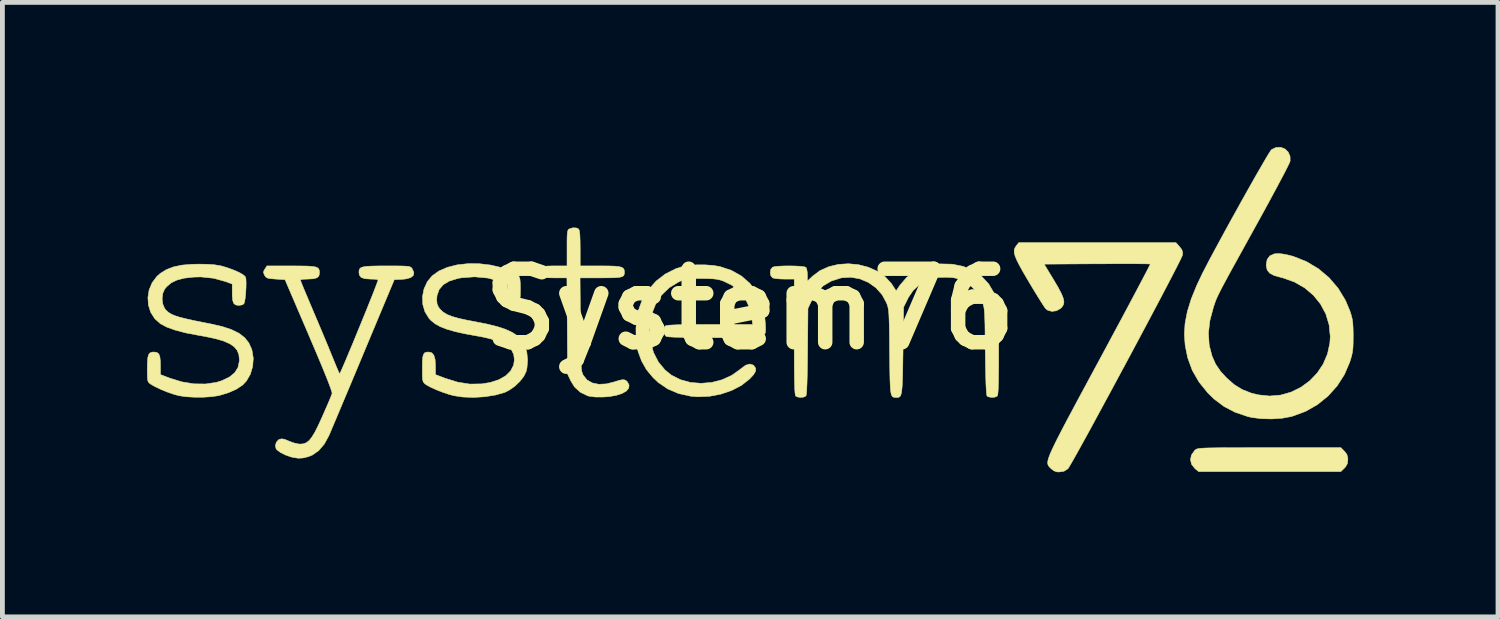
<source format=kicad_pcb>
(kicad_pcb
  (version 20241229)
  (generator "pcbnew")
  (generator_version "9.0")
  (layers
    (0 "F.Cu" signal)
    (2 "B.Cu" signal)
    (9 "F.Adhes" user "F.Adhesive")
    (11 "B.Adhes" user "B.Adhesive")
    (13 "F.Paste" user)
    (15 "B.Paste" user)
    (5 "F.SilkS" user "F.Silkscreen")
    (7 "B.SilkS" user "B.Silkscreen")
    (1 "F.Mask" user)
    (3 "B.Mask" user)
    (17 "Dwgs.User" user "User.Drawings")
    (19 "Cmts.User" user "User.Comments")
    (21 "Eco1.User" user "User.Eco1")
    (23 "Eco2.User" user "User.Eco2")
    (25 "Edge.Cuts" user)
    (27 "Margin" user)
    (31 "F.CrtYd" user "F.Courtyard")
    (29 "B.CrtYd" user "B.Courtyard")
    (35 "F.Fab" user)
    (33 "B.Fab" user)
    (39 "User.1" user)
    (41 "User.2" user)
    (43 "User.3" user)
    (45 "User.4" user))
  (footprint "System76"
    (layer "F.Cu")
    (at 12.507 3.359)
    (property "Reference" "System76" (at 0 0 0) (layer "F.SilkS") (effects (font (size 1.524 1.524) (thickness 0.3))))
    (attr through_hole)
    (fp_poly (pts (xy 12.33 2.95) (xy 12.382 3.017) (xy 12.401 3.092) (xy 12.402 3.125) (xy 12.392 3.21) (xy 12.353 3.277) (xy 12.33 3.301) (xy 12.257 3.373) (xy 9.306 3.373) (xy 9.231 3.311) (xy 9.161 3.224) (xy 9.137 3.127) (xy 9.158 3.028) (xy 9.225 2.934) (xy 9.231 2.929) (xy 9.243 2.919) (xy 9.258 2.909) (xy 9.279 2.902) (xy 9.31 2.895) (xy 9.355 2.89) (xy 9.417 2.886) (xy 9.502 2.883) (xy 9.611 2.881) (xy 9.75 2.879) (xy 9.922 2.878) (xy 10.131 2.878) (xy 10.381 2.877) (xy 10.675 2.877) (xy 10.772 2.877) (xy 12.257 2.877) (xy 12.33 2.95)) (stroke (width 0.01) (type solid)) (fill yes) (layer "F.SilkS"))
    (fp_poly (pts (xy -3.598 -1.68) (xy -3.552 -1.657) (xy -3.539 -1.621) (xy -3.529 -1.543) (xy -3.524 -1.42) (xy -3.522 -1.26) (xy -3.522 -0.893) (xy -3.102 -0.893) (xy -2.933 -0.892) (xy -2.806 -0.888) (xy -2.717 -0.879) (xy -2.658 -0.863) (xy -2.624 -0.839) (xy -2.608 -0.806) (xy -2.604 -0.76) (xy -2.604 -0.76) (xy -2.608 -0.72) (xy -2.621 -0.691) (xy -2.652 -0.671) (xy -2.706 -0.657) (xy -2.79 -0.649) (xy -2.91 -0.646) (xy -3.073 -0.645) (xy -3.094 -0.645) (xy -3.525 -0.645) (xy -3.517 0.316) (xy -3.515 0.561) (xy -3.513 0.761) (xy -3.511 0.922) (xy -3.508 1.048) (xy -3.504 1.145) (xy -3.499 1.218) (xy -3.493 1.272) (xy -3.484 1.311) (xy -3.474 1.342) (xy -3.462 1.369) (xy -3.459 1.374) (xy -3.382 1.471) (xy -3.272 1.534) (xy -3.136 1.562) (xy -2.978 1.554) (xy -2.815 1.513) (xy -2.711 1.48) (xy -2.641 1.467) (xy -2.594 1.473) (xy -2.556 1.498) (xy -2.546 1.509) (xy -2.508 1.577) (xy -2.515 1.642) (xy -2.563 1.701) (xy -2.651 1.752) (xy -2.772 1.791) (xy -2.924 1.818) (xy -3.039 1.826) (xy -3.21 1.826) (xy -3.338 1.809) (xy -3.368 1.801) (xy -3.52 1.727) (xy -3.64 1.617) (xy -3.717 1.491) (xy -3.783 1.352) (xy -3.79 0.353) (xy -3.797 -0.645) (xy -4.052 -0.645) (xy -4.182 -0.647) (xy -4.272 -0.656) (xy -4.326 -0.673) (xy -4.355 -0.704) (xy -4.365 -0.749) (xy -4.366 -0.769) (xy -4.36 -0.821) (xy -4.339 -0.856) (xy -4.294 -0.877) (xy -4.217 -0.889) (xy -4.102 -0.893) (xy -4.051 -0.893) (xy -3.795 -0.893) (xy -3.795 -1.264) (xy -3.795 -1.408) (xy -3.793 -1.51) (xy -3.788 -1.579) (xy -3.78 -1.621) (xy -3.768 -1.645) (xy -3.75 -1.66) (xy -3.747 -1.661) (xy -3.672 -1.684) (xy -3.598 -1.68)) (stroke (width 0.01) (type solid)) (fill yes) (layer "F.SilkS"))
    (fp_poly (pts (xy 8.91 -1.293) (xy 8.958 -1.23) (xy 8.975 -1.174) (xy 8.972 -1.119) (xy 8.959 -1.086) (xy 8.924 -1.013) (xy 8.869 -0.903) (xy 8.797 -0.762) (xy 8.708 -0.591) (xy 8.605 -0.394) (xy 8.491 -0.177) (xy 8.366 0.059) (xy 8.233 0.31) (xy 8.094 0.571) (xy 7.951 0.839) (xy 7.805 1.111) (xy 7.659 1.382) (xy 7.515 1.65) (xy 7.374 1.91) (xy 7.239 2.159) (xy 7.112 2.394) (xy 6.994 2.61) (xy 6.887 2.804) (xy 6.794 2.972) (xy 6.716 3.111) (xy 6.655 3.217) (xy 6.614 3.287) (xy 6.594 3.315) (xy 6.514 3.366) (xy 6.407 3.382) (xy 6.358 3.378) (xy 6.304 3.356) (xy 6.245 3.312) (xy 6.24 3.307) (xy 6.218 3.284) (xy 6.199 3.263) (xy 6.185 3.241) (xy 6.177 3.214) (xy 6.175 3.18) (xy 6.182 3.136) (xy 6.199 3.079) (xy 6.226 3.008) (xy 6.266 2.918) (xy 6.318 2.808) (xy 6.385 2.674) (xy 6.467 2.514) (xy 6.566 2.325) (xy 6.684 2.105) (xy 6.82 1.85) (xy 6.977 1.559) (xy 7.156 1.227) (xy 7.246 1.061) (xy 7.402 0.771) (xy 7.551 0.493) (xy 7.692 0.231) (xy 7.822 -0.012) (xy 7.94 -0.234) (xy 8.044 -0.43) (xy 8.133 -0.599) (xy 8.205 -0.736) (xy 8.259 -0.84) (xy 8.292 -0.906) (xy 8.304 -0.932) (xy 8.304 -0.932) (xy 8.277 -0.934) (xy 8.206 -0.936) (xy 8.096 -0.937) (xy 7.951 -0.938) (xy 7.777 -0.938) (xy 7.579 -0.938) (xy 7.361 -0.937) (xy 7.197 -0.937) (xy 6.102 -0.93) (xy 6.305 -0.595) (xy 6.397 -0.439) (xy 6.461 -0.316) (xy 6.499 -0.221) (xy 6.513 -0.147) (xy 6.502 -0.088) (xy 6.47 -0.038) (xy 6.441 -0.01) (xy 6.355 0.038) (xy 6.261 0.05) (xy 6.175 0.026) (xy 6.134 -0.006) (xy 6.107 -0.043) (xy 6.059 -0.116) (xy 5.995 -0.218) (xy 5.918 -0.342) (xy 5.833 -0.483) (xy 5.782 -0.569) (xy 5.676 -0.749) (xy 5.595 -0.894) (xy 5.537 -1.008) (xy 5.5 -1.097) (xy 5.482 -1.166) (xy 5.481 -1.221) (xy 5.496 -1.267) (xy 5.524 -1.311) (xy 5.529 -1.318) (xy 5.577 -1.377) (xy 8.835 -1.377) (xy 8.91 -1.293)) (stroke (width 0.01) (type solid)) (fill yes) (layer "F.SilkS"))
    (fp_poly (pts (xy -0.767 -0.903) (xy -0.626 -0.88) (xy -0.626 -0.88) (xy -0.387 -0.801) (xy -0.178 -0.684) (xy -0.003 -0.532) (xy 0.137 -0.348) (xy 0.24 -0.136) (xy 0.302 0.103) (xy 0.322 0.35) (xy 0.323 0.409) (xy 0.322 0.459) (xy 0.316 0.499) (xy 0.299 0.53) (xy 0.268 0.553) (xy 0.217 0.571) (xy 0.144 0.582) (xy 0.042 0.59) (xy -0.091 0.594) (xy -0.261 0.595) (xy -0.472 0.595) (xy -0.728 0.595) (xy -0.729 0.595) (xy -1.001 0.595) (xy -1.233 0.593) (xy -1.424 0.589) (xy -1.572 0.585) (xy -1.675 0.579) (xy -1.73 0.572) (xy -1.738 0.57) (xy -1.772 0.527) (xy -1.786 0.46) (xy -1.779 0.392) (xy -1.756 0.352) (xy -1.734 0.344) (xy -1.682 0.337) (xy -1.598 0.332) (xy -1.479 0.327) (xy -1.321 0.325) (xy -1.12 0.323) (xy -0.873 0.322) (xy -0.835 0.322) (xy 0.056 0.322) (xy 0.039 0.196) (xy -0.01 -0.026) (xy -0.096 -0.214) (xy -0.218 -0.369) (xy -0.378 -0.494) (xy -0.545 -0.576) (xy -0.612 -0.599) (xy -0.68 -0.615) (xy -0.762 -0.625) (xy -0.87 -0.63) (xy -1.005 -0.631) (xy -1.139 -0.631) (xy -1.235 -0.629) (xy -1.307 -0.621) (xy -1.365 -0.608) (xy -1.424 -0.586) (xy -1.488 -0.556) (xy -1.676 -0.441) (xy -1.832 -0.29) (xy -1.953 -0.109) (xy -2.036 0.099) (xy -2.078 0.327) (xy -2.083 0.445) (xy -2.062 0.686) (xy -2 0.905) (xy -1.9 1.1) (xy -1.764 1.264) (xy -1.631 1.372) (xy -1.443 1.467) (xy -1.236 1.524) (xy -1.016 1.542) (xy -0.794 1.524) (xy -0.578 1.468) (xy -0.378 1.377) (xy -0.201 1.251) (xy -0.187 1.239) (xy -0.09 1.167) (xy -0.005 1.142) (xy 0.067 1.164) (xy 0.085 1.18) (xy 0.119 1.233) (xy 0.116 1.292) (xy 0.073 1.364) (xy -0.009 1.453) (xy -0.177 1.585) (xy -0.38 1.69) (xy -0.606 1.767) (xy -0.844 1.812) (xy -1.086 1.822) (xy -1.228 1.81) (xy -1.482 1.754) (xy -1.707 1.658) (xy -1.907 1.521) (xy -2.014 1.419) (xy -2.148 1.257) (xy -2.248 1.08) (xy -2.322 0.88) (xy -2.349 0.746) (xy -2.363 0.582) (xy -2.365 0.405) (xy -2.354 0.233) (xy -2.33 0.082) (xy -2.323 0.052) (xy -2.237 -0.183) (xy -2.11 -0.394) (xy -1.949 -0.577) (xy -1.757 -0.725) (xy -1.539 -0.835) (xy -1.4 -0.88) (xy -1.268 -0.903) (xy -1.107 -0.915) (xy -0.933 -0.915) (xy -0.767 -0.903)) (stroke (width 0.01) (type solid)) (fill yes) (layer "F.SilkS"))
    (fp_poly (pts (xy -5.617 -0.939) (xy -5.379 -0.911) (xy -5.147 -0.856) (xy -5 -0.804) (xy -4.9 -0.761) (xy -4.833 -0.723) (xy -4.792 -0.678) (xy -4.771 -0.616) (xy -4.764 -0.524) (xy -4.763 -0.407) (xy -4.765 -0.271) (xy -4.776 -0.177) (xy -4.798 -0.118) (xy -4.835 -0.086) (xy -4.889 -0.075) (xy -4.908 -0.074) (xy -4.967 -0.082) (xy -5.005 -0.109) (xy -5.026 -0.165) (xy -5.034 -0.258) (xy -5.035 -0.326) (xy -5.035 -0.517) (xy -5.167 -0.567) (xy -5.435 -0.641) (xy -5.712 -0.667) (xy -5.991 -0.646) (xy -6.063 -0.632) (xy -6.234 -0.58) (xy -6.362 -0.504) (xy -6.448 -0.403) (xy -6.492 -0.277) (xy -6.499 -0.189) (xy -6.49 -0.102) (xy -6.457 -0.033) (xy -6.423 0.01) (xy -6.364 0.065) (xy -6.286 0.113) (xy -6.184 0.154) (xy -6.05 0.193) (xy -5.878 0.231) (xy -5.724 0.26) (xy -5.464 0.311) (xy -5.248 0.364) (xy -5.073 0.421) (xy -4.933 0.485) (xy -4.824 0.558) (xy -4.742 0.641) (xy -4.681 0.737) (xy -4.674 0.752) (xy -4.629 0.895) (xy -4.613 1.06) (xy -4.626 1.225) (xy -4.644 1.299) (xy -4.692 1.399) (xy -4.776 1.505) (xy -4.881 1.605) (xy -4.998 1.686) (xy -5.09 1.732) (xy -5.283 1.786) (xy -5.504 1.821) (xy -5.736 1.835) (xy -5.962 1.826) (xy -6.141 1.799) (xy -6.253 1.769) (xy -6.38 1.726) (xy -6.507 1.676) (xy -6.622 1.624) (xy -6.708 1.577) (xy -6.734 1.559) (xy -6.761 1.535) (xy -6.779 1.508) (xy -6.79 1.468) (xy -6.795 1.404) (xy -6.796 1.306) (xy -6.796 1.231) (xy -6.795 1.095) (xy -6.788 1.001) (xy -6.772 0.941) (xy -6.746 0.908) (xy -6.705 0.895) (xy -6.669 0.893) (xy -6.602 0.908) (xy -6.558 0.958) (xy -6.532 1.045) (xy -6.524 1.175) (xy -6.524 1.182) (xy -6.524 1.361) (xy -6.331 1.435) (xy -6.065 1.518) (xy -5.812 1.558) (xy -5.566 1.554) (xy -5.384 1.524) (xy -5.208 1.467) (xy -5.067 1.386) (xy -4.964 1.284) (xy -4.903 1.165) (xy -4.887 1.054) (xy -4.901 0.942) (xy -4.948 0.847) (xy -5.03 0.765) (xy -5.151 0.696) (xy -5.312 0.638) (xy -5.518 0.587) (xy -5.668 0.559) (xy -5.917 0.514) (xy -6.122 0.468) (xy -6.288 0.42) (xy -6.422 0.368) (xy -6.529 0.309) (xy -6.614 0.241) (xy -6.656 0.197) (xy -6.741 0.061) (xy -6.787 -0.094) (xy -6.793 -0.257) (xy -6.761 -0.418) (xy -6.692 -0.567) (xy -6.594 -0.686) (xy -6.453 -0.787) (xy -6.277 -0.864) (xy -6.074 -0.915) (xy -5.851 -0.94) (xy -5.617 -0.939)) (stroke (width 0.01) (type solid)) (fill yes) (layer "F.SilkS"))
    (fp_poly (pts (xy -11.254 -0.927) (xy -11.112 -0.917) (xy -10.997 -0.899) (xy -10.941 -0.886) (xy -10.808 -0.844) (xy -10.684 -0.797) (xy -10.578 -0.748) (xy -10.502 -0.701) (xy -10.465 -0.665) (xy -10.455 -0.619) (xy -10.452 -0.539) (xy -10.454 -0.438) (xy -10.46 -0.33) (xy -10.47 -0.23) (xy -10.483 -0.151) (xy -10.498 -0.107) (xy -10.499 -0.105) (xy -10.539 -0.084) (xy -10.602 -0.074) (xy -10.606 -0.074) (xy -10.667 -0.083) (xy -10.707 -0.114) (xy -10.73 -0.176) (xy -10.739 -0.275) (xy -10.74 -0.344) (xy -10.74 -0.517) (xy -10.875 -0.568) (xy -11.125 -0.637) (xy -11.389 -0.665) (xy -11.545 -0.661) (xy -11.736 -0.639) (xy -11.886 -0.6) (xy -12.005 -0.543) (xy -12.099 -0.463) (xy -12.14 -0.414) (xy -12.18 -0.325) (xy -12.194 -0.214) (xy -12.181 -0.104) (xy -12.143 -0.013) (xy -12.14 -0.009) (xy -12.103 0.035) (xy -12.059 0.073) (xy -12.003 0.107) (xy -11.93 0.139) (xy -11.833 0.17) (xy -11.707 0.202) (xy -11.548 0.238) (xy -11.349 0.278) (xy -11.189 0.309) (xy -10.949 0.364) (xy -10.754 0.428) (xy -10.6 0.504) (xy -10.482 0.595) (xy -10.396 0.703) (xy -10.338 0.831) (xy -10.33 0.857) (xy -10.303 1.023) (xy -10.316 1.193) (xy -10.364 1.354) (xy -10.445 1.494) (xy -10.522 1.576) (xy -10.652 1.663) (xy -10.818 1.737) (xy -11.004 1.793) (xy -11.03 1.799) (xy -11.176 1.82) (xy -11.35 1.831) (xy -11.533 1.83) (xy -11.706 1.82) (xy -11.848 1.798) (xy -11.961 1.767) (xy -12.093 1.721) (xy -12.226 1.666) (xy -12.344 1.61) (xy -12.432 1.559) (xy -12.433 1.558) (xy -12.464 1.534) (xy -12.483 1.509) (xy -12.495 1.471) (xy -12.5 1.409) (xy -12.501 1.314) (xy -12.502 1.249) (xy -12.499 1.108) (xy -12.491 1.009) (xy -12.473 0.946) (xy -12.444 0.91) (xy -12.4 0.895) (xy -12.365 0.893) (xy -12.305 0.901) (xy -12.265 0.93) (xy -12.241 0.987) (xy -12.231 1.081) (xy -12.229 1.175) (xy -12.229 1.361) (xy -12.035 1.435) (xy -11.785 1.512) (xy -11.535 1.553) (xy -11.293 1.556) (xy -11.069 1.523) (xy -10.956 1.488) (xy -10.799 1.413) (xy -10.688 1.322) (xy -10.62 1.213) (xy -10.592 1.081) (xy -10.592 1.052) (xy -10.602 0.948) (xy -10.637 0.859) (xy -10.699 0.784) (xy -10.793 0.72) (xy -10.923 0.664) (xy -11.092 0.615) (xy -11.304 0.57) (xy -11.447 0.545) (xy -11.704 0.496) (xy -11.922 0.439) (xy -12.098 0.376) (xy -12.227 0.308) (xy -12.347 0.201) (xy -12.431 0.069) (xy -12.478 -0.08) (xy -12.489 -0.237) (xy -12.464 -0.395) (xy -12.402 -0.543) (xy -12.304 -0.674) (xy -12.233 -0.737) (xy -12.106 -0.816) (xy -11.958 -0.873) (xy -11.782 -0.91) (xy -11.571 -0.927) (xy -11.435 -0.93) (xy -11.254 -0.927)) (stroke (width 0.01) (type solid)) (fill yes) (layer "F.SilkS"))
    (fp_poly (pts (xy 11.097 -3.32) (xy 11.164 -3.256) (xy 11.203 -3.167) (xy 11.205 -3.069) (xy 11.191 -3.033) (xy 11.155 -2.958) (xy 11.099 -2.847) (xy 11.025 -2.706) (xy 10.936 -2.538) (xy 10.833 -2.347) (xy 10.72 -2.138) (xy 10.597 -1.914) (xy 10.492 -1.724) (xy 10.335 -1.439) (xy 10.2 -1.195) (xy 10.085 -0.986) (xy 9.988 -0.811) (xy 9.908 -0.664) (xy 9.843 -0.543) (xy 9.79 -0.444) (xy 9.749 -0.364) (xy 9.716 -0.298) (xy 9.691 -0.244) (xy 9.67 -0.197) (xy 9.654 -0.154) (xy 9.639 -0.112) (xy 9.624 -0.066) (xy 9.615 -0.041) (xy 9.54 0.24) (xy 9.51 0.499) (xy 9.525 0.738) (xy 9.533 0.78) (xy 9.585 0.977) (xy 9.659 1.144) (xy 9.762 1.295) (xy 9.883 1.427) (xy 10.045 1.569) (xy 10.211 1.672) (xy 10.397 1.745) (xy 10.544 1.781) (xy 10.779 1.806) (xy 11.008 1.786) (xy 11.227 1.724) (xy 11.429 1.624) (xy 11.61 1.491) (xy 11.766 1.329) (xy 11.891 1.142) (xy 11.98 0.932) (xy 12.029 0.706) (xy 12.037 0.571) (xy 12.013 0.329) (xy 11.945 0.103) (xy 11.835 -0.102) (xy 11.688 -0.284) (xy 11.506 -0.438) (xy 11.293 -0.56) (xy 11.053 -0.645) (xy 10.998 -0.659) (xy 10.868 -0.696) (xy 10.78 -0.744) (xy 10.729 -0.807) (xy 10.71 -0.892) (xy 10.709 -0.919) (xy 10.728 -1.027) (xy 10.784 -1.102) (xy 10.876 -1.143) (xy 10.964 -1.15) (xy 11.052 -1.14) (xy 11.162 -1.119) (xy 11.267 -1.092) (xy 11.542 -0.983) (xy 11.792 -0.834) (xy 12.013 -0.648) (xy 12.201 -0.428) (xy 12.352 -0.179) (xy 12.443 0.037) (xy 12.472 0.127) (xy 12.492 0.206) (xy 12.504 0.288) (xy 12.51 0.388) (xy 12.513 0.519) (xy 12.513 0.558) (xy 12.512 0.699) (xy 12.508 0.804) (xy 12.498 0.89) (xy 12.481 0.971) (xy 12.454 1.062) (xy 12.442 1.1) (xy 12.331 1.36) (xy 12.179 1.597) (xy 11.991 1.806) (xy 11.772 1.983) (xy 11.525 2.124) (xy 11.257 2.223) (xy 11.221 2.233) (xy 11.035 2.267) (xy 10.825 2.281) (xy 10.612 2.276) (xy 10.416 2.252) (xy 10.331 2.233) (xy 10.066 2.144) (xy 9.835 2.024) (xy 9.627 1.868) (xy 9.496 1.74) (xy 9.313 1.513) (xy 9.175 1.273) (xy 9.079 1.011) (xy 9.027 0.753) (xy 9.011 0.529) (xy 9.025 0.299) (xy 9.072 0.056) (xy 9.152 -0.205) (xy 9.267 -0.488) (xy 9.386 -0.739) (xy 9.453 -0.869) (xy 9.534 -1.025) (xy 9.629 -1.201) (xy 9.733 -1.394) (xy 9.844 -1.598) (xy 9.96 -1.81) (xy 10.079 -2.024) (xy 10.197 -2.237) (xy 10.312 -2.442) (xy 10.421 -2.636) (xy 10.523 -2.815) (xy 10.614 -2.972) (xy 10.691 -3.105) (xy 10.753 -3.208) (xy 10.796 -3.276) (xy 10.819 -3.306) (xy 10.819 -3.306) (xy 10.914 -3.351) (xy 11.01 -3.354) (xy 11.097 -3.32)) (stroke (width 0.01) (type solid)) (fill yes) (layer "F.SilkS"))
    (fp_poly (pts (xy -9.329 -0.892) (xy -9.188 -0.89) (xy -9.084 -0.883) (xy -9.013 -0.872) (xy -8.968 -0.853) (xy -8.943 -0.827) (xy -8.932 -0.791) (xy -8.93 -0.743) (xy -8.93 -0.743) (xy -8.942 -0.685) (xy -8.982 -0.647) (xy -9.057 -0.626) (xy -9.174 -0.62) (xy -9.176 -0.62) (xy -9.255 -0.617) (xy -9.31 -0.61) (xy -9.327 -0.601) (xy -9.317 -0.574) (xy -9.291 -0.507) (xy -9.25 -0.407) (xy -9.196 -0.279) (xy -9.133 -0.129) (xy -9.063 0.036) (xy -9.052 0.063) (xy -8.972 0.25) (xy -8.892 0.44) (xy -8.815 0.623) (xy -8.746 0.789) (xy -8.689 0.929) (xy -8.653 1.017) (xy -8.606 1.132) (xy -8.565 1.231) (xy -8.533 1.304) (xy -8.514 1.342) (xy -8.512 1.344) (xy -8.501 1.325) (xy -8.473 1.265) (xy -8.432 1.171) (xy -8.379 1.048) (xy -8.318 0.901) (xy -8.249 0.738) (xy -8.177 0.562) (xy -8.102 0.38) (xy -8.028 0.198) (xy -7.956 0.022) (xy -7.89 -0.144) (xy -7.83 -0.292) (xy -7.781 -0.418) (xy -7.744 -0.516) (xy -7.721 -0.579) (xy -7.714 -0.603) (xy -7.737 -0.612) (xy -7.796 -0.618) (xy -7.874 -0.62) (xy -7.99 -0.628) (xy -8.064 -0.654) (xy -8.102 -0.701) (xy -8.111 -0.757) (xy -8.108 -0.8) (xy -8.096 -0.833) (xy -8.068 -0.858) (xy -8.018 -0.874) (xy -7.941 -0.885) (xy -7.831 -0.89) (xy -7.681 -0.893) (xy -7.54 -0.893) (xy -7.372 -0.893) (xy -7.247 -0.892) (xy -7.157 -0.889) (xy -7.096 -0.884) (xy -7.057 -0.876) (xy -7.033 -0.865) (xy -7.016 -0.848) (xy -7.009 -0.838) (xy -6.972 -0.759) (xy -6.982 -0.697) (xy -7.037 -0.651) (xy -7.136 -0.623) (xy -7.218 -0.615) (xy -7.378 -0.608) (xy -8.016 0.918) (xy -8.127 1.184) (xy -8.234 1.44) (xy -8.336 1.683) (xy -8.431 1.908) (xy -8.516 2.111) (xy -8.59 2.287) (xy -8.651 2.431) (xy -8.697 2.541) (xy -8.727 2.61) (xy -8.733 2.625) (xy -8.83 2.802) (xy -8.946 2.938) (xy -9.079 3.031) (xy -9.159 3.063) (xy -9.273 3.091) (xy -9.369 3.096) (xy -9.473 3.08) (xy -9.527 3.067) (xy -9.637 3.028) (xy -9.736 2.979) (xy -9.808 2.926) (xy -9.83 2.9) (xy -9.845 2.835) (xy -9.825 2.765) (xy -9.778 2.713) (xy -9.758 2.703) (xy -9.709 2.694) (xy -9.649 2.705) (xy -9.564 2.741) (xy -9.465 2.778) (xy -9.367 2.8) (xy -9.33 2.803) (xy -9.262 2.797) (xy -9.202 2.774) (xy -9.145 2.73) (xy -9.089 2.66) (xy -9.027 2.559) (xy -8.958 2.422) (xy -8.876 2.244) (xy -8.867 2.223) (xy -8.807 2.086) (xy -8.753 1.963) (xy -8.71 1.86) (xy -8.68 1.786) (xy -8.668 1.752) (xy -8.675 1.715) (xy -8.702 1.635) (xy -8.748 1.511) (xy -8.814 1.346) (xy -8.898 1.141) (xy -9.001 0.896) (xy -9.122 0.613) (xy -9.15 0.546) (xy -9.645 -0.608) (xy -9.839 -0.62) (xy -9.937 -0.628) (xy -9.999 -0.638) (xy -10.036 -0.656) (xy -10.06 -0.684) (xy -10.068 -0.698) (xy -10.091 -0.75) (xy -10.084 -0.792) (xy -10.062 -0.828) (xy -10.02 -0.893) (xy -9.514 -0.893) (xy -9.329 -0.892)) (stroke (width 0.01) (type solid)) (fill yes) (layer "F.SilkS"))
    (fp_poly (pts (xy 2.25 -0.919) (xy 2.451 -0.867) (xy 2.637 -0.785) (xy 2.8 -0.672) (xy 2.932 -0.529) (xy 2.954 -0.496) (xy 3.032 -0.376) (xy 3.11 -0.491) (xy 3.251 -0.656) (xy 3.423 -0.786) (xy 3.625 -0.876) (xy 3.852 -0.927) (xy 3.944 -0.935) (xy 4.195 -0.929) (xy 4.425 -0.883) (xy 4.63 -0.797) (xy 4.807 -0.675) (xy 4.952 -0.519) (xy 5.063 -0.329) (xy 5.11 -0.203) (xy 5.123 -0.158) (xy 5.134 -0.112) (xy 5.142 -0.058) (xy 5.148 0.009) (xy 5.153 0.095) (xy 5.156 0.204) (xy 5.158 0.344) (xy 5.159 0.519) (xy 5.159 0.735) (xy 5.159 0.866) (xy 5.159 1.122) (xy 5.157 1.331) (xy 5.155 1.498) (xy 5.151 1.625) (xy 5.146 1.716) (xy 5.14 1.774) (xy 5.132 1.803) (xy 5.13 1.806) (xy 5.08 1.829) (xy 5.011 1.834) (xy 4.947 1.823) (xy 4.916 1.804) (xy 4.909 1.77) (xy 4.902 1.688) (xy 4.895 1.561) (xy 4.89 1.39) (xy 4.885 1.177) (xy 4.882 0.925) (xy 4.881 0.88) (xy 4.879 0.645) (xy 4.876 0.454) (xy 4.874 0.302) (xy 4.87 0.182) (xy 4.866 0.09) (xy 4.86 0.019) (xy 4.852 -0.035) (xy 4.842 -0.078) (xy 4.83 -0.117) (xy 4.817 -0.151) (xy 4.727 -0.321) (xy 4.604 -0.457) (xy 4.443 -0.565) (xy 4.421 -0.576) (xy 4.334 -0.616) (xy 4.264 -0.64) (xy 4.19 -0.652) (xy 4.094 -0.657) (xy 4.031 -0.657) (xy 3.911 -0.654) (xy 3.823 -0.645) (xy 3.748 -0.625) (xy 3.67 -0.592) (xy 3.509 -0.5) (xy 3.386 -0.386) (xy 3.287 -0.24) (xy 3.269 -0.203) (xy 3.187 -0.038) (xy 3.175 0.858) (xy 3.171 1.103) (xy 3.168 1.304) (xy 3.163 1.464) (xy 3.158 1.589) (xy 3.15 1.682) (xy 3.14 1.748) (xy 3.126 1.792) (xy 3.109 1.818) (xy 3.087 1.831) (xy 3.06 1.835) (xy 3.04 1.836) (xy 3.006 1.835) (xy 2.978 1.83) (xy 2.955 1.817) (xy 2.938 1.79) (xy 2.925 1.746) (xy 2.915 1.678) (xy 2.909 1.584) (xy 2.904 1.457) (xy 2.901 1.294) (xy 2.898 1.089) (xy 2.896 0.893) (xy 2.894 0.66) (xy 2.892 0.47) (xy 2.889 0.32) (xy 2.885 0.201) (xy 2.881 0.11) (xy 2.875 0.041) (xy 2.867 -0.013) (xy 2.857 -0.056) (xy 2.845 -0.094) (xy 2.832 -0.128) (xy 2.739 -0.298) (xy 2.612 -0.44) (xy 2.457 -0.55) (xy 2.282 -0.624) (xy 2.096 -0.658) (xy 1.905 -0.647) (xy 1.89 -0.644) (xy 1.688 -0.58) (xy 1.519 -0.48) (xy 1.381 -0.342) (xy 1.274 -0.164) (xy 1.273 -0.161) (xy 1.203 -0.012) (xy 1.195 0.88) (xy 1.192 1.144) (xy 1.188 1.366) (xy 1.183 1.544) (xy 1.177 1.677) (xy 1.17 1.764) (xy 1.162 1.803) (xy 1.161 1.804) (xy 1.115 1.828) (xy 1.047 1.835) (xy 0.981 1.824) (xy 0.948 1.806) (xy 0.94 1.785) (xy 0.934 1.738) (xy 0.929 1.661) (xy 0.925 1.551) (xy 0.922 1.405) (xy 0.92 1.22) (xy 0.918 0.992) (xy 0.918 0.72) (xy 0.918 0.578) (xy 0.918 -0.62) (xy 0.718 -0.62) (xy 0.617 -0.623) (xy 0.531 -0.631) (xy 0.476 -0.643) (xy 0.47 -0.646) (xy 0.432 -0.69) (xy 0.42 -0.756) (xy 0.432 -0.822) (xy 0.469 -0.867) (xy 0.47 -0.867) (xy 0.516 -0.879) (xy 0.598 -0.887) (xy 0.703 -0.892) (xy 0.819 -0.893) (xy 0.934 -0.891) (xy 1.037 -0.886) (xy 1.116 -0.877) (xy 1.158 -0.865) (xy 1.161 -0.863) (xy 1.178 -0.823) (xy 1.189 -0.752) (xy 1.191 -0.706) (xy 1.191 -0.578) (xy 1.295 -0.677) (xy 1.452 -0.795) (xy 1.635 -0.877) (xy 1.834 -0.925) (xy 2.041 -0.938) (xy 2.25 -0.919)) (stroke (width 0.01) (type solid)) (fill yes) (layer "F.SilkS")))
  (gr_rect
    (start -3 -3)
    (end 28.024 9.746)
    (stroke (width 0.1) (type default))
    (fill no)
    (layer "Edge.Cuts")))
</source>
